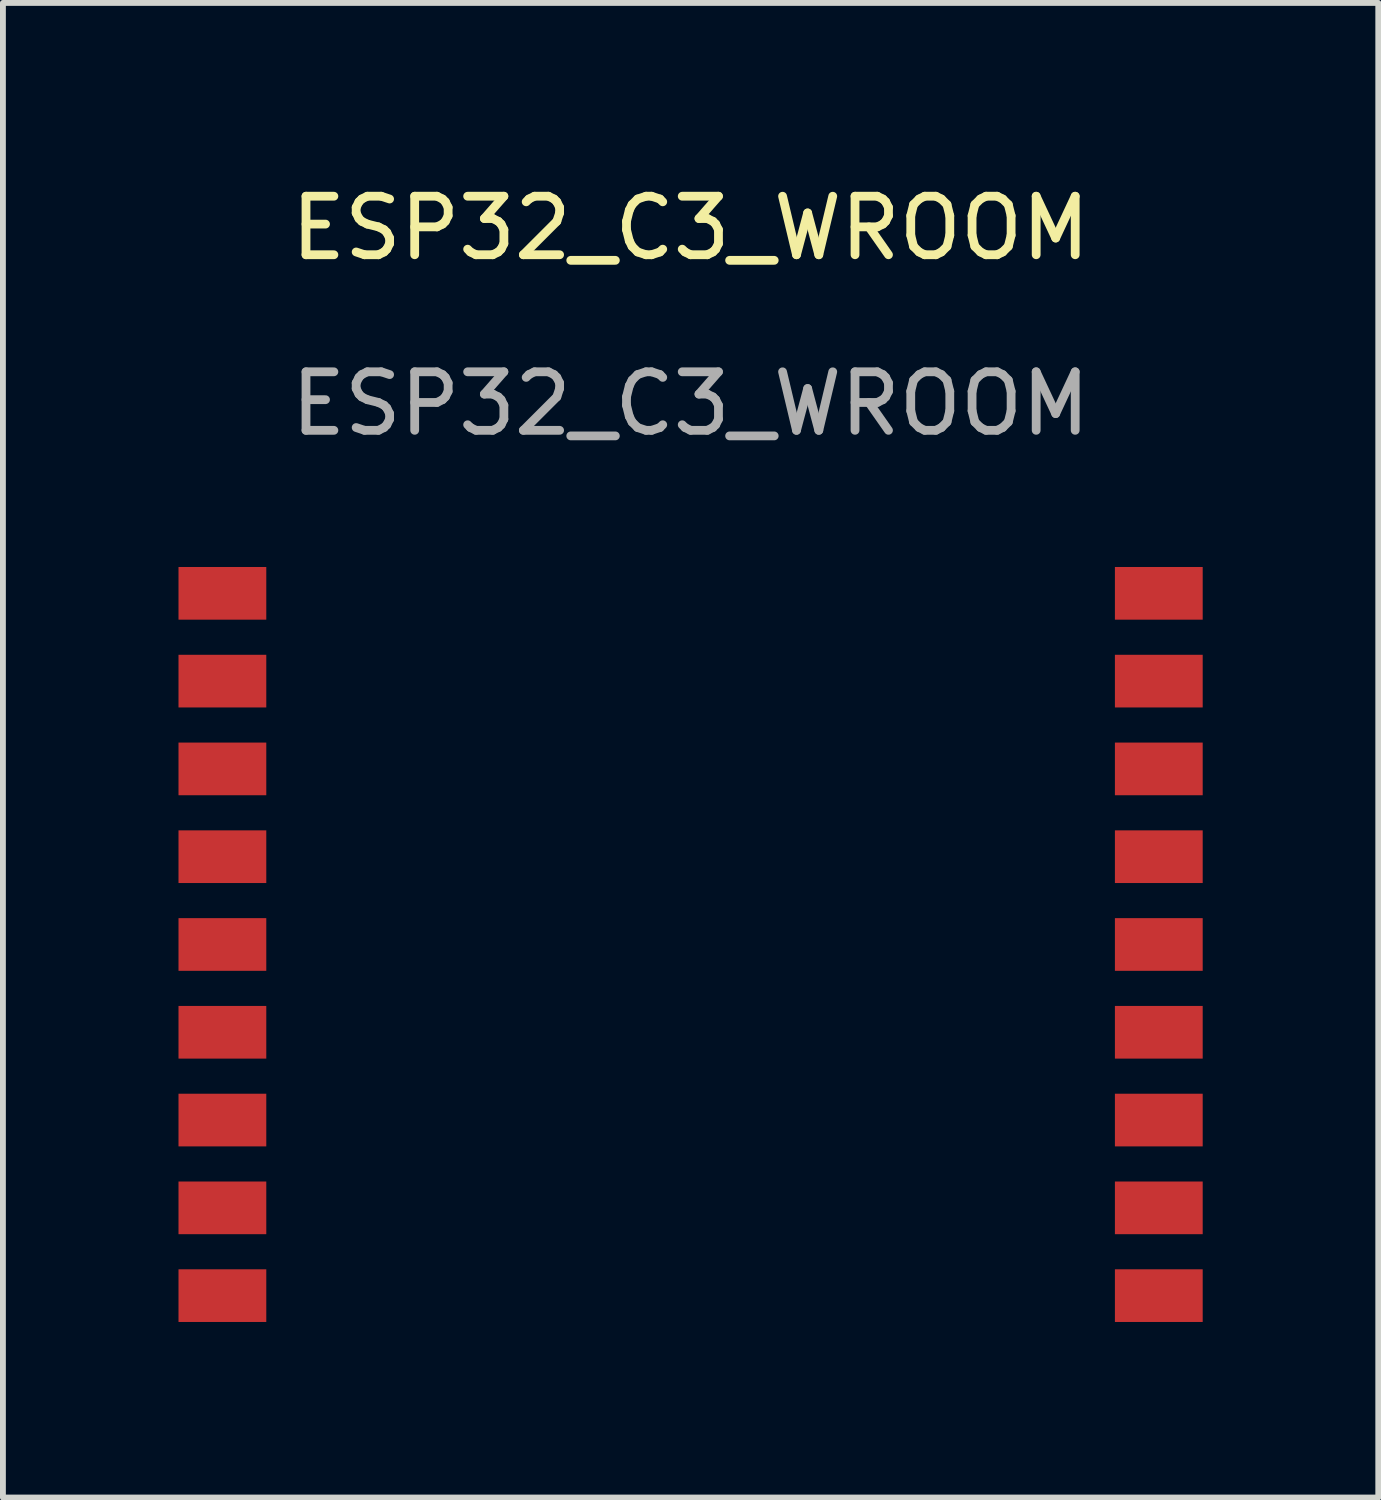
<source format=kicad_pcb>
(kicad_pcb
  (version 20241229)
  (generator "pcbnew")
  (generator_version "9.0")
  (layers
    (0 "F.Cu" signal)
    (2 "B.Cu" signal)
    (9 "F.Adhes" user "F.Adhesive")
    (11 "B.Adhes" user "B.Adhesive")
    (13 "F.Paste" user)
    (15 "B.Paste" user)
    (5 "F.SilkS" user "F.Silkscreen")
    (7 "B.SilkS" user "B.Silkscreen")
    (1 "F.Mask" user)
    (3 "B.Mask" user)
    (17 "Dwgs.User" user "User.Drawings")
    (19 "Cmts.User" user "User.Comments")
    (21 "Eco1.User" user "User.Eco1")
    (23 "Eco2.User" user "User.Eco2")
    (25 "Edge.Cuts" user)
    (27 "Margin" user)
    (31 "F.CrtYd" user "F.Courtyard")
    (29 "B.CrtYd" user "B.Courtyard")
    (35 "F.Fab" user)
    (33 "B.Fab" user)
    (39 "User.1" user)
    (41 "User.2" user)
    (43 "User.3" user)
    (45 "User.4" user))
  (footprint "ESP32_C3_WROOM"
    (layer "F.Cu")
    (at 8.75 19.088)
    (property "Reference" "ESP32_C3_WROOM" (at 0 -18.24 0) (unlocked yes) (layer "F.SilkS") (effects (font (size 1 1) (thickness 0.15))))
    (attr smd)
    (fp_text user "${REFERENCE}" (at 0 -15.24 0) (unlocked yes) (layer "F.Fab") (effects (font (size 1 1) (thickness 0.15))))
    (pad "1" smd rect (at -8 -12) (size 1.5 0.9) (layers "F.Cu" "F.Mask" "F.Paste"))
    (pad "1" smd rect (at -8 -10.5) (size 1.5 0.9) (layers "F.Cu" "F.Mask" "F.Paste"))
    (pad "1" smd rect (at -8 -9) (size 1.5 0.9) (layers "F.Cu" "F.Mask" "F.Paste"))
    (pad "1" smd rect (at -8 -7.5) (size 1.5 0.9) (layers "F.Cu" "F.Mask" "F.Paste"))
    (pad "1" smd rect (at -8 -6) (size 1.5 0.9) (layers "F.Cu" "F.Mask" "F.Paste"))
    (pad "1" smd rect (at -8 -4.5) (size 1.5 0.9) (layers "F.Cu" "F.Mask" "F.Paste"))
    (pad "1" smd rect (at -8 -3) (size 1.5 0.9) (layers "F.Cu" "F.Mask" "F.Paste"))
    (pad "1" smd rect (at -8 -1.5) (size 1.5 0.9) (layers "F.Cu" "F.Mask" "F.Paste"))
    (pad "1" smd rect (at -8 0) (size 1.5 0.9) (layers "F.Cu" "F.Mask" "F.Paste"))
    (pad "1" smd rect (at 8 -12) (size 1.5 0.9) (layers "F.Cu" "F.Mask" "F.Paste"))
    (pad "1" smd rect (at 8 -10.5) (size 1.5 0.9) (layers "F.Cu" "F.Mask" "F.Paste"))
    (pad "1" smd rect (at 8 -9) (size 1.5 0.9) (layers "F.Cu" "F.Mask" "F.Paste"))
    (pad "1" smd rect (at 8 -7.5) (size 1.5 0.9) (layers "F.Cu" "F.Mask" "F.Paste"))
    (pad "1" smd rect (at 8 -6) (size 1.5 0.9) (layers "F.Cu" "F.Mask" "F.Paste"))
    (pad "1" smd rect (at 8 -4.5) (size 1.5 0.9) (layers "F.Cu" "F.Mask" "F.Paste"))
    (pad "1" smd rect (at 8 -3) (size 1.5 0.9) (layers "F.Cu" "F.Mask" "F.Paste"))
    (pad "1" smd rect (at 8 -1.5) (size 1.5 0.9) (layers "F.Cu" "F.Mask" "F.Paste"))
    (pad "1" smd rect (at 8 0) (size 1.5 0.9) (layers "F.Cu" "F.Mask" "F.Paste")))
  (gr_rect
    (start -3 -3)
    (end 20.5 22.538)
    (stroke (width 0.1) (type default))
    (fill no)
    (layer "Edge.Cuts")))
</source>
